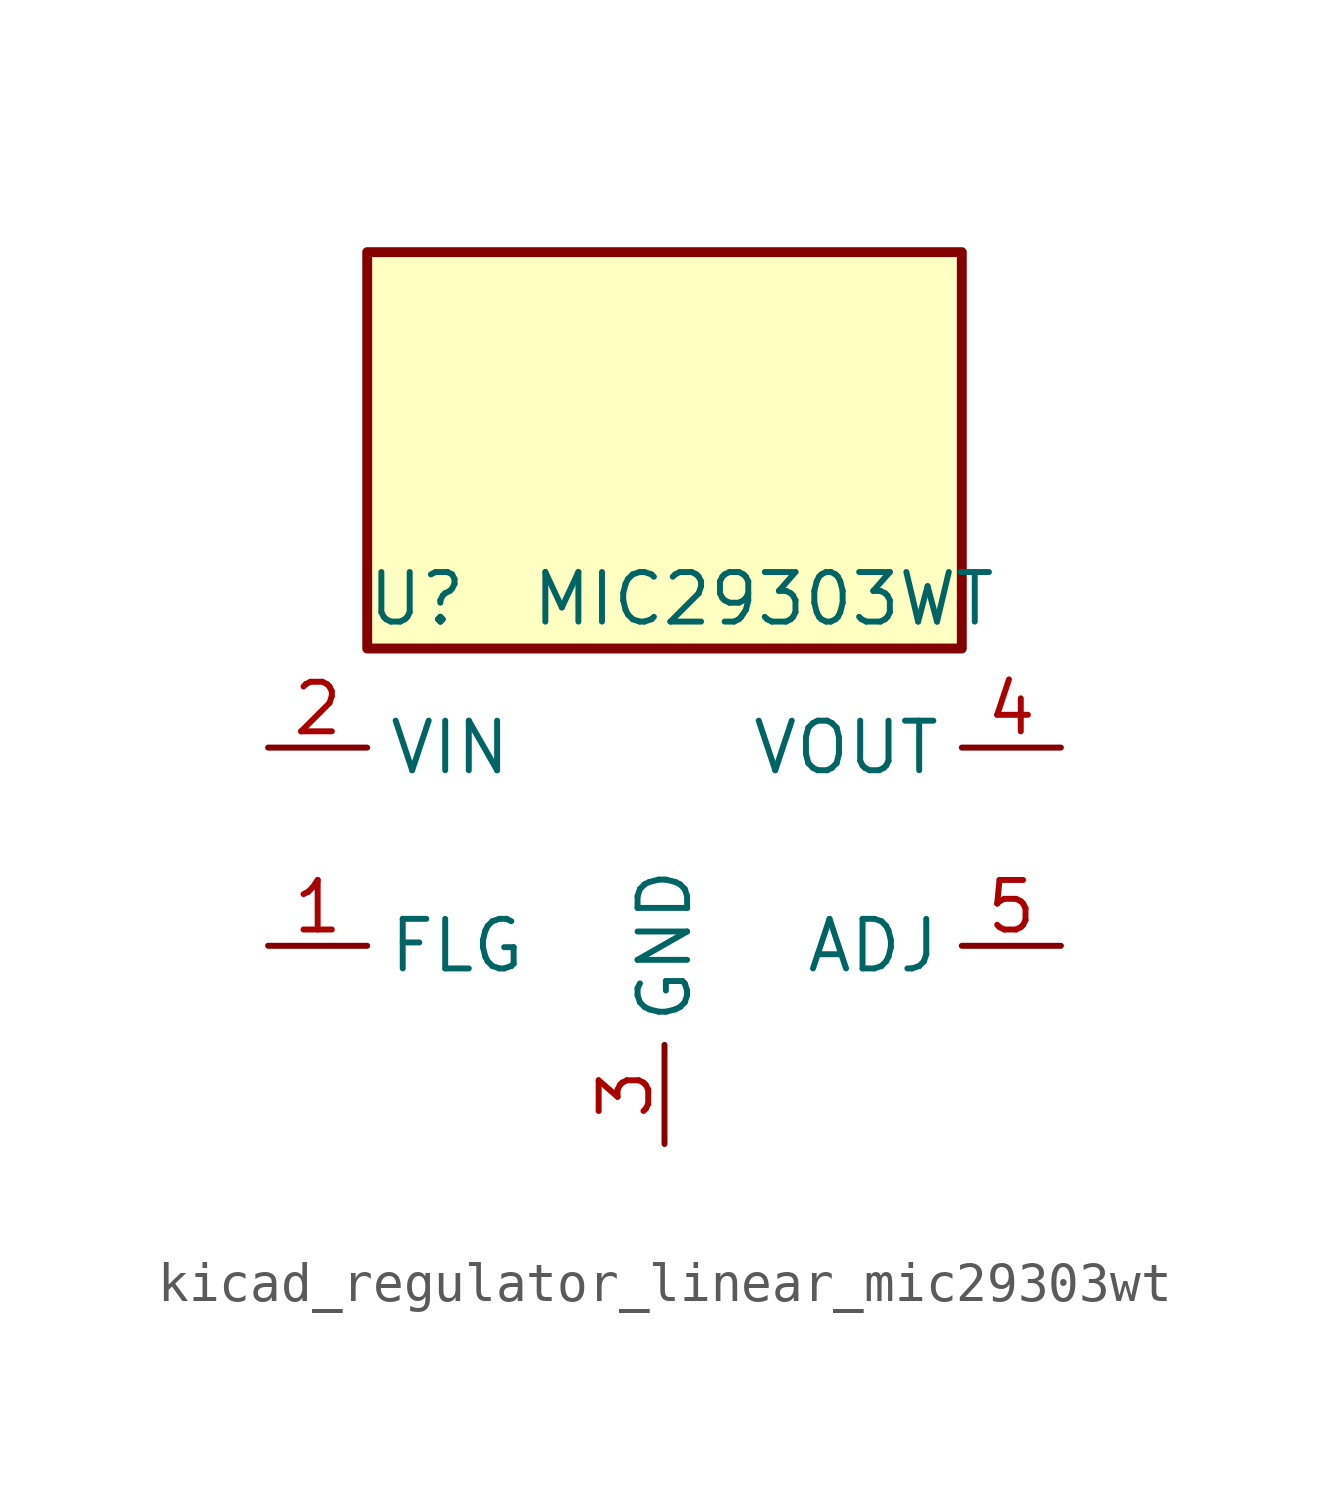
<source format=kicad_sym>
(kicad_symbol_lib
  (version 20220914)
  (generator kicad_symbol_editor)
  (symbol "kicad_regulator_linear_mic29303wt"
    (property "Reference" "U"
      (at -6.35 6.35 0)
      (effects (font (size 1.27 1.27))))
    (property "Value" "MIC29303WT"
      (at 2.54 6.35 0)
      (effects (font (size 1.27 1.27))))
    (symbol "kicad_regulator_linear_mic29303wt_1_1"
      (rectangle (start 7.62 15.24) (end -7.62 5.08) (stroke (width 0.254) (type default)) (fill (type background)))
      (pin open_collector line (at -10.16 -2.54 0) (length 2.54) (name "FLG" (effects (font (size 1.27 1.27)))) (number "1" (effects (font (size 1.27 1.27)))))
      (pin power_in line (at -10.16 2.54 0) (length 2.54) (name "VIN" (effects (font (size 1.27 1.27)))) (number "2" (effects (font (size 1.27 1.27)))))
      (pin power_in line (at 0 -7.62 90) (length 2.54) (name "GND" (effects (font (size 1.27 1.27)))) (number "3" (effects (font (size 1.27 1.27)))))
      (pin power_out line (at 10.16 2.54 180) (length 2.54) (name "VOUT" (effects (font (size 1.27 1.27)))) (number "4" (effects (font (size 1.27 1.27)))))
      (pin input line (at 10.16 -2.54 180) (length 2.54) (name "ADJ" (effects (font (size 1.27 1.27)))) (number "5" (effects (font (size 1.27 1.27))))))))
</source>
